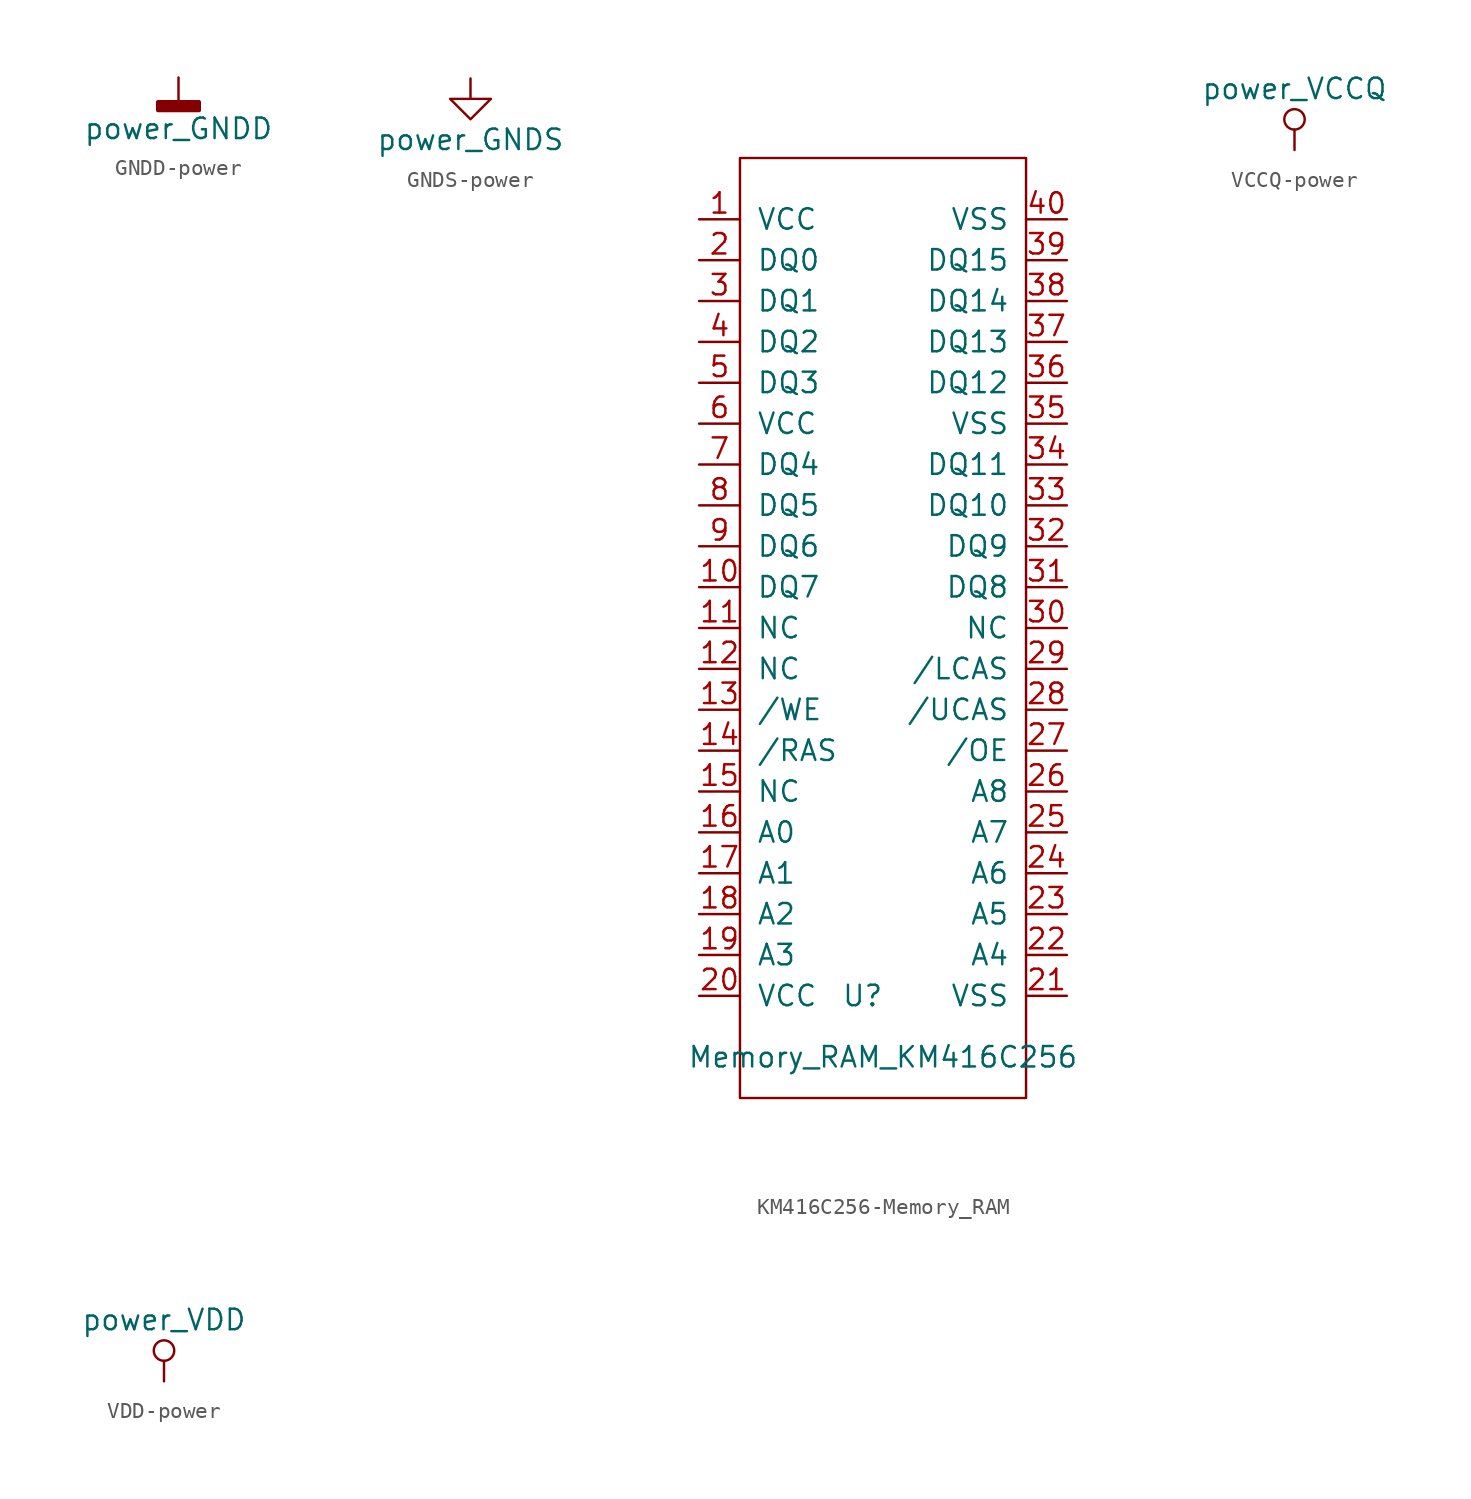
<source format=kicad_sym>
(kicad_symbol_lib
  (version 20240819)
  (generator "kicad_symbol_editor")
  (generator_version "8.99")
  (symbol "GNDD-power"
    (power)
    (pin_names
      (offset 0))
    (property "Reference" "#PWR"
      (at 0 -6.35 0)
      (effects (font (size 1.27 1.27)) (hide yes)))
    (property "Value" "power_GNDD"
      (at 0 -3.175 0)
      (effects (font (size 1.27 1.27))))
    (symbol "GNDD-power_0_1"
      (rectangle (start -1.27 -1.524) (end 1.27 -2.032) (stroke (width 0.254) (type solid)) (fill (type outline)))
      (polyline (pts (xy 0 0) (xy 0 -1.524)) (stroke (width 0) (type solid)) (fill (type none))))
    (symbol "GNDD-power_1_1"
      (pin power_in line (at 0 0 270) (length 0) (hide yes) (name "GNDD" (effects (font (size 1.27 1.27)))) (number "1" (effects (font (size 1.27 1.27)))))))
  (symbol "GNDS-power"
    (power)
    (pin_names
      (offset 0))
    (property "Reference" "#PWR"
      (at 0 -6.35 0)
      (effects (font (size 1.27 1.27)) (hide yes)))
    (property "Value" "power_GNDS"
      (at 0 -3.81 0)
      (effects (font (size 1.27 1.27))))
    (symbol "GNDS-power_0_1"
      (polyline (pts (xy 0 0) (xy 0 -1.27) (xy 1.27 -1.27) (xy 0 -2.54) (xy -1.27 -1.27) (xy 0 -1.27)) (stroke (width 0) (type solid)) (fill (type none))))
    (symbol "GNDS-power_1_1"
      (pin power_in line (at 0 0 270) (length 0) (hide yes) (name "GNDS" (effects (font (size 1.27 1.27)))) (number "1" (effects (font (size 1.27 1.27)))))))
  (symbol "KM416C256-Memory_RAM"
    (pin_names
      (offset 1.016))
    (property "Reference" "U"
      (at -5.08 -45.72 0)
      (effects (font (size 1.27 1.27))))
    (property "Value" "Memory_RAM_KM416C256"
      (at -3.81 -49.53 0)
      (effects (font (size 1.27 1.27))))
    (symbol "KM416C256-Memory_RAM_0_1"
      (rectangle (start -12.7 6.35) (end 5.08 -52.07) (stroke (width 0) (type solid)) (fill (type none))))
    (symbol "KM416C256-Memory_RAM_1_1"
      (pin input line (at -15.24 2.54 0) (length 2.54) (name "VCC" (effects (font (size 1.27 1.27)))) (number "1" (effects (font (size 1.27 1.27)))))
      (pin input line (at -15.24 0 0) (length 2.54) (name "DQ0" (effects (font (size 1.27 1.27)))) (number "2" (effects (font (size 1.27 1.27)))))
      (pin input line (at -15.24 -2.54 0) (length 2.54) (name "DQ1" (effects (font (size 1.27 1.27)))) (number "3" (effects (font (size 1.27 1.27)))))
      (pin input line (at -15.24 -5.08 0) (length 2.54) (name "DQ2" (effects (font (size 1.27 1.27)))) (number "4" (effects (font (size 1.27 1.27)))))
      (pin input line (at -15.24 -7.62 0) (length 2.54) (name "DQ3" (effects (font (size 1.27 1.27)))) (number "5" (effects (font (size 1.27 1.27)))))
      (pin input line (at -15.24 -10.16 0) (length 2.54) (name "VCC" (effects (font (size 1.27 1.27)))) (number "6" (effects (font (size 1.27 1.27)))))
      (pin input line (at -15.24 -12.7 0) (length 2.54) (name "DQ4" (effects (font (size 1.27 1.27)))) (number "7" (effects (font (size 1.27 1.27)))))
      (pin input line (at -15.24 -15.24 0) (length 2.54) (name "DQ5" (effects (font (size 1.27 1.27)))) (number "8" (effects (font (size 1.27 1.27)))))
      (pin input line (at -15.24 -17.78 0) (length 2.54) (name "DQ6" (effects (font (size 1.27 1.27)))) (number "9" (effects (font (size 1.27 1.27)))))
      (pin input line (at -15.24 -20.32 0) (length 2.54) (name "DQ7" (effects (font (size 1.27 1.27)))) (number "10" (effects (font (size 1.27 1.27)))))
      (pin input line (at -15.24 -22.86 0) (length 2.54) (name "NC" (effects (font (size 1.27 1.27)))) (number "11" (effects (font (size 1.27 1.27)))))
      (pin input line (at -15.24 -25.4 0) (length 2.54) (name "NC" (effects (font (size 1.27 1.27)))) (number "12" (effects (font (size 1.27 1.27)))))
      (pin input line (at -15.24 -27.94 0) (length 2.54) (name "/WE" (effects (font (size 1.27 1.27)))) (number "13" (effects (font (size 1.27 1.27)))))
      (pin input line (at -15.24 -30.48 0) (length 2.54) (name "/RAS" (effects (font (size 1.27 1.27)))) (number "14" (effects (font (size 1.27 1.27)))))
      (pin input line (at -15.24 -33.02 0) (length 2.54) (name "NC" (effects (font (size 1.27 1.27)))) (number "15" (effects (font (size 1.27 1.27)))))
      (pin input line (at -15.24 -35.56 0) (length 2.54) (name "A0" (effects (font (size 1.27 1.27)))) (number "16" (effects (font (size 1.27 1.27)))))
      (pin input line (at -15.24 -38.1 0) (length 2.54) (name "A1" (effects (font (size 1.27 1.27)))) (number "17" (effects (font (size 1.27 1.27)))))
      (pin input line (at -15.24 -40.64 0) (length 2.54) (name "A2" (effects (font (size 1.27 1.27)))) (number "18" (effects (font (size 1.27 1.27)))))
      (pin input line (at -15.24 -43.18 0) (length 2.54) (name "A3" (effects (font (size 1.27 1.27)))) (number "19" (effects (font (size 1.27 1.27)))))
      (pin input line (at -15.24 -45.72 0) (length 2.54) (name "VCC" (effects (font (size 1.27 1.27)))) (number "20" (effects (font (size 1.27 1.27)))))
      (pin input line (at 7.62 2.54 180) (length 2.54) (name "VSS" (effects (font (size 1.27 1.27)))) (number "40" (effects (font (size 1.27 1.27)))))
      (pin input line (at 7.62 0 180) (length 2.54) (name "DQ15" (effects (font (size 1.27 1.27)))) (number "39" (effects (font (size 1.27 1.27)))))
      (pin input line (at 7.62 -2.54 180) (length 2.54) (name "DQ14" (effects (font (size 1.27 1.27)))) (number "38" (effects (font (size 1.27 1.27)))))
      (pin input line (at 7.62 -5.08 180) (length 2.54) (name "DQ13" (effects (font (size 1.27 1.27)))) (number "37" (effects (font (size 1.27 1.27)))))
      (pin input line (at 7.62 -7.62 180) (length 2.54) (name "DQ12" (effects (font (size 1.27 1.27)))) (number "36" (effects (font (size 1.27 1.27)))))
      (pin input line (at 7.62 -10.16 180) (length 2.54) (name "VSS" (effects (font (size 1.27 1.27)))) (number "35" (effects (font (size 1.27 1.27)))))
      (pin input line (at 7.62 -12.7 180) (length 2.54) (name "DQ11" (effects (font (size 1.27 1.27)))) (number "34" (effects (font (size 1.27 1.27)))))
      (pin input line (at 7.62 -15.24 180) (length 2.54) (name "DQ10" (effects (font (size 1.27 1.27)))) (number "33" (effects (font (size 1.27 1.27)))))
      (pin input line (at 7.62 -17.78 180) (length 2.54) (name "DQ9" (effects (font (size 1.27 1.27)))) (number "32" (effects (font (size 1.27 1.27)))))
      (pin input line (at 7.62 -20.32 180) (length 2.54) (name "DQ8" (effects (font (size 1.27 1.27)))) (number "31" (effects (font (size 1.27 1.27)))))
      (pin input line (at 7.62 -22.86 180) (length 2.54) (name "NC" (effects (font (size 1.27 1.27)))) (number "30" (effects (font (size 1.27 1.27)))))
      (pin input line (at 7.62 -25.4 180) (length 2.54) (name "/LCAS" (effects (font (size 1.27 1.27)))) (number "29" (effects (font (size 1.27 1.27)))))
      (pin input line (at 7.62 -27.94 180) (length 2.54) (name "/UCAS" (effects (font (size 1.27 1.27)))) (number "28" (effects (font (size 1.27 1.27)))))
      (pin input line (at 7.62 -30.48 180) (length 2.54) (name "/OE" (effects (font (size 1.27 1.27)))) (number "27" (effects (font (size 1.27 1.27)))))
      (pin input line (at 7.62 -33.02 180) (length 2.54) (name "A8" (effects (font (size 1.27 1.27)))) (number "26" (effects (font (size 1.27 1.27)))))
      (pin input line (at 7.62 -35.56 180) (length 2.54) (name "A7" (effects (font (size 1.27 1.27)))) (number "25" (effects (font (size 1.27 1.27)))))
      (pin input line (at 7.62 -38.1 180) (length 2.54) (name "A6" (effects (font (size 1.27 1.27)))) (number "24" (effects (font (size 1.27 1.27)))))
      (pin input line (at 7.62 -40.64 180) (length 2.54) (name "A5" (effects (font (size 1.27 1.27)))) (number "23" (effects (font (size 1.27 1.27)))))
      (pin input line (at 7.62 -43.18 180) (length 2.54) (name "A4" (effects (font (size 1.27 1.27)))) (number "22" (effects (font (size 1.27 1.27)))))
      (pin input line (at 7.62 -45.72 180) (length 2.54) (name "VSS" (effects (font (size 1.27 1.27)))) (number "21" (effects (font (size 1.27 1.27)))))))
  (symbol "VCCQ-power"
    (power)
    (pin_names
      (offset 0))
    (property "Reference" "#PWR"
      (at 0 -3.81 0)
      (effects (font (size 1.27 1.27)) (hide yes)))
    (property "Value" "power_VCCQ"
      (at 0 3.81 0)
      (effects (font (size 1.27 1.27))))
    (symbol "VCCQ-power_0_1"
      (circle (center 0 1.905) (radius 0.635) (stroke (width 0) (type solid)) (fill (type none)))
      (polyline (pts (xy 0 0) (xy 0 1.27)) (stroke (width 0) (type solid)) (fill (type none))))
    (symbol "VCCQ-power_1_1"
      (pin power_in line (at 0 0 90) (length 0) (hide yes) (name "VCCQ" (effects (font (size 1.27 1.27)))) (number "1" (effects (font (size 1.27 1.27)))))))
  (symbol "VDD-power"
    (power)
    (pin_names
      (offset 0))
    (property "Reference" "#PWR"
      (at 0 -3.81 0)
      (effects (font (size 1.27 1.27)) (hide yes)))
    (property "Value" "power_VDD"
      (at 0 3.81 0)
      (effects (font (size 1.27 1.27))))
    (symbol "VDD-power_0_1"
      (circle (center 0 1.905) (radius 0.635) (stroke (width 0) (type solid)) (fill (type none)))
      (polyline (pts (xy 0 0) (xy 0 1.27)) (stroke (width 0) (type solid)) (fill (type none))))
    (symbol "VDD-power_1_1"
      (pin power_in line (at 0 0 90) (length 0) (hide yes) (name "VDD" (effects (font (size 1.27 1.27)))) (number "1" (effects (font (size 1.27 1.27))))))))
</source>
